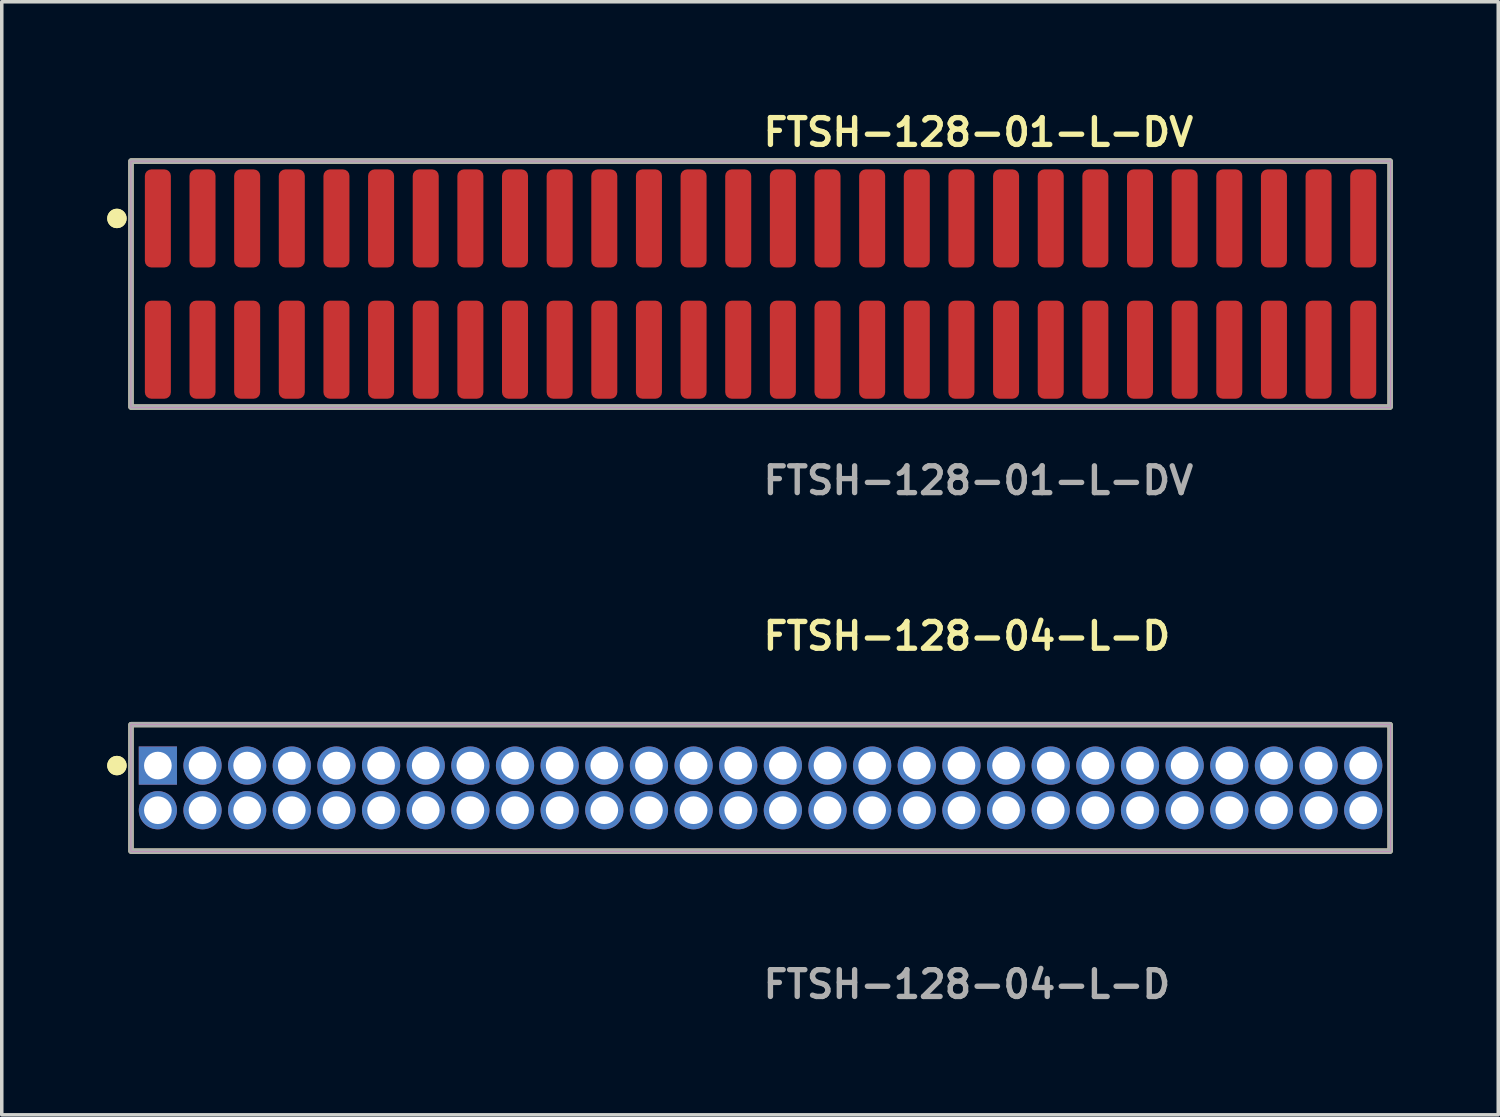
<source format=kicad_pcb>
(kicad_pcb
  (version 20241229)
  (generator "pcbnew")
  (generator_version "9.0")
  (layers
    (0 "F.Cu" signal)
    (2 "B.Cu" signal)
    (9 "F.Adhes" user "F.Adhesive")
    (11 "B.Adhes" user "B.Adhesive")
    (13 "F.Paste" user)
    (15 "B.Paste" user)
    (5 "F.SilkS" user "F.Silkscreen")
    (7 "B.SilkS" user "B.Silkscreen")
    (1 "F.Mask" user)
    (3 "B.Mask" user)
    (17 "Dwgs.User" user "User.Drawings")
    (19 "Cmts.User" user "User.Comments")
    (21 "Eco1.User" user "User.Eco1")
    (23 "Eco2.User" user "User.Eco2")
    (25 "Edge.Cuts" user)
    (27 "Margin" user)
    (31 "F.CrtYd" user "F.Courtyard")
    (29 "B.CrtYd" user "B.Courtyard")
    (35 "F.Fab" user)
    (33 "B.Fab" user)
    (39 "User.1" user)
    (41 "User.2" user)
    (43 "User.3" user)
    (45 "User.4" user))
  (footprint "FTSH-128-04-L-D"
    (layer "F.Cu")
    (at 18.586 19.364)
    (property "Reference" "FTSH-128-04-L-D" (at 0 -4.318 0) (unlocked yes) (layer "F.SilkS") (effects (font (size 0.762 0.762) (thickness 0.152)) (justify left)))
    (fp_rect (start -17.91 1.8) (end 17.91 -1.8) (stroke (width 0.152) (type solid)) (fill no) (layer "F.SilkS"))
    (fp_circle (center -18.31 -0.635) (end -18.51 -0.635) (stroke (width 0.152) (type solid)) (fill yes) (layer "F.SilkS"))
    (fp_circle (center -18.31 -0.635) (end -18.51 -0.635) (stroke (width 0.152) (type solid)) (fill yes) (layer "F.SilkS"))
    (fp_rect (start -17.91 1.8) (end 17.91 -1.8) (stroke (width 0.006) (type solid)) (fill no) (layer "F.CrtYd"))
    (fp_rect (start -17.91 1.8) (end 17.91 -1.8) (stroke (width 0.152) (type solid)) (fill no) (layer "F.Fab"))
    (fp_text user "${REFERENCE}" (at 0 5.588 0) (unlocked yes) (layer "F.Fab") (effects (font (size 0.762 0.762) (thickness 0.152)) (justify left)))
    (pad "1" thru_hole rect (at -17.145 -0.635) (size 1.087 1.087) (drill 0.787) (layers "*.Cu" "*.Mask"))
    (pad "2" thru_hole circle (at -17.145 0.635) (size 1.087 1.087) (drill 0.787) (layers "*.Cu" "*.Mask"))
    (pad "3" thru_hole circle (at -15.875 -0.635) (size 1.087 1.087) (drill 0.787) (layers "*.Cu" "*.Mask"))
    (pad "4" thru_hole circle (at -15.875 0.635) (size 1.087 1.087) (drill 0.787) (layers "*.Cu" "*.Mask"))
    (pad "5" thru_hole circle (at -14.605 -0.635) (size 1.087 1.087) (drill 0.787) (layers "*.Cu" "*.Mask"))
    (pad "6" thru_hole circle (at -14.605 0.635) (size 1.087 1.087) (drill 0.787) (layers "*.Cu" "*.Mask"))
    (pad "7" thru_hole circle (at -13.335 -0.635) (size 1.087 1.087) (drill 0.787) (layers "*.Cu" "*.Mask"))
    (pad "8" thru_hole circle (at -13.335 0.635) (size 1.087 1.087) (drill 0.787) (layers "*.Cu" "*.Mask"))
    (pad "9" thru_hole circle (at -12.065 -0.635) (size 1.087 1.087) (drill 0.787) (layers "*.Cu" "*.Mask"))
    (pad "10" thru_hole circle (at -12.065 0.635) (size 1.087 1.087) (drill 0.787) (layers "*.Cu" "*.Mask"))
    (pad "11" thru_hole circle (at -10.795 -0.635) (size 1.087 1.087) (drill 0.787) (layers "*.Cu" "*.Mask"))
    (pad "12" thru_hole circle (at -10.795 0.635) (size 1.087 1.087) (drill 0.787) (layers "*.Cu" "*.Mask"))
    (pad "13" thru_hole circle (at -9.525 -0.635) (size 1.087 1.087) (drill 0.787) (layers "*.Cu" "*.Mask"))
    (pad "14" thru_hole circle (at -9.525 0.635) (size 1.087 1.087) (drill 0.787) (layers "*.Cu" "*.Mask"))
    (pad "15" thru_hole circle (at -8.255 -0.635) (size 1.087 1.087) (drill 0.787) (layers "*.Cu" "*.Mask"))
    (pad "16" thru_hole circle (at -8.255 0.635) (size 1.087 1.087) (drill 0.787) (layers "*.Cu" "*.Mask"))
    (pad "17" thru_hole circle (at -6.985 -0.635) (size 1.087 1.087) (drill 0.787) (layers "*.Cu" "*.Mask"))
    (pad "18" thru_hole circle (at -6.985 0.635) (size 1.087 1.087) (drill 0.787) (layers "*.Cu" "*.Mask"))
    (pad "19" thru_hole circle (at -5.715 -0.635) (size 1.087 1.087) (drill 0.787) (layers "*.Cu" "*.Mask"))
    (pad "20" thru_hole circle (at -5.715 0.635) (size 1.087 1.087) (drill 0.787) (layers "*.Cu" "*.Mask"))
    (pad "21" thru_hole circle (at -4.445 -0.635) (size 1.087 1.087) (drill 0.787) (layers "*.Cu" "*.Mask"))
    (pad "22" thru_hole circle (at -4.445 0.635) (size 1.087 1.087) (drill 0.787) (layers "*.Cu" "*.Mask"))
    (pad "23" thru_hole circle (at -3.175 -0.635) (size 1.087 1.087) (drill 0.787) (layers "*.Cu" "*.Mask"))
    (pad "24" thru_hole circle (at -3.175 0.635) (size 1.087 1.087) (drill 0.787) (layers "*.Cu" "*.Mask"))
    (pad "25" thru_hole circle (at -1.905 -0.635) (size 1.087 1.087) (drill 0.787) (layers "*.Cu" "*.Mask"))
    (pad "26" thru_hole circle (at -1.905 0.635) (size 1.087 1.087) (drill 0.787) (layers "*.Cu" "*.Mask"))
    (pad "27" thru_hole circle (at -0.635 -0.635) (size 1.087 1.087) (drill 0.787) (layers "*.Cu" "*.Mask"))
    (pad "28" thru_hole circle (at -0.635 0.635) (size 1.087 1.087) (drill 0.787) (layers "*.Cu" "*.Mask"))
    (pad "29" thru_hole circle (at 0.635 -0.635) (size 1.087 1.087) (drill 0.787) (layers "*.Cu" "*.Mask"))
    (pad "30" thru_hole circle (at 0.635 0.635) (size 1.087 1.087) (drill 0.787) (layers "*.Cu" "*.Mask"))
    (pad "31" thru_hole circle (at 1.905 -0.635) (size 1.087 1.087) (drill 0.787) (layers "*.Cu" "*.Mask"))
    (pad "32" thru_hole circle (at 1.905 0.635) (size 1.087 1.087) (drill 0.787) (layers "*.Cu" "*.Mask"))
    (pad "33" thru_hole circle (at 3.175 -0.635) (size 1.087 1.087) (drill 0.787) (layers "*.Cu" "*.Mask"))
    (pad "34" thru_hole circle (at 3.175 0.635) (size 1.087 1.087) (drill 0.787) (layers "*.Cu" "*.Mask"))
    (pad "35" thru_hole circle (at 4.445 -0.635) (size 1.087 1.087) (drill 0.787) (layers "*.Cu" "*.Mask"))
    (pad "36" thru_hole circle (at 4.445 0.635) (size 1.087 1.087) (drill 0.787) (layers "*.Cu" "*.Mask"))
    (pad "37" thru_hole circle (at 5.715 -0.635) (size 1.087 1.087) (drill 0.787) (layers "*.Cu" "*.Mask"))
    (pad "38" thru_hole circle (at 5.715 0.635) (size 1.087 1.087) (drill 0.787) (layers "*.Cu" "*.Mask"))
    (pad "39" thru_hole circle (at 6.985 -0.635) (size 1.087 1.087) (drill 0.787) (layers "*.Cu" "*.Mask"))
    (pad "40" thru_hole circle (at 6.985 0.635) (size 1.087 1.087) (drill 0.787) (layers "*.Cu" "*.Mask"))
    (pad "41" thru_hole circle (at 8.255 -0.635) (size 1.087 1.087) (drill 0.787) (layers "*.Cu" "*.Mask"))
    (pad "42" thru_hole circle (at 8.255 0.635) (size 1.087 1.087) (drill 0.787) (layers "*.Cu" "*.Mask"))
    (pad "43" thru_hole circle (at 9.525 -0.635) (size 1.087 1.087) (drill 0.787) (layers "*.Cu" "*.Mask"))
    (pad "44" thru_hole circle (at 9.525 0.635) (size 1.087 1.087) (drill 0.787) (layers "*.Cu" "*.Mask"))
    (pad "45" thru_hole circle (at 10.795 -0.635) (size 1.087 1.087) (drill 0.787) (layers "*.Cu" "*.Mask"))
    (pad "46" thru_hole circle (at 10.795 0.635) (size 1.087 1.087) (drill 0.787) (layers "*.Cu" "*.Mask"))
    (pad "47" thru_hole circle (at 12.065 -0.635) (size 1.087 1.087) (drill 0.787) (layers "*.Cu" "*.Mask"))
    (pad "48" thru_hole circle (at 12.065 0.635) (size 1.087 1.087) (drill 0.787) (layers "*.Cu" "*.Mask"))
    (pad "49" thru_hole circle (at 13.335 -0.635) (size 1.087 1.087) (drill 0.787) (layers "*.Cu" "*.Mask"))
    (pad "50" thru_hole circle (at 13.335 0.635) (size 1.087 1.087) (drill 0.787) (layers "*.Cu" "*.Mask"))
    (pad "51" thru_hole circle (at 14.605 -0.635) (size 1.087 1.087) (drill 0.787) (layers "*.Cu" "*.Mask"))
    (pad "52" thru_hole circle (at 14.605 0.635) (size 1.087 1.087) (drill 0.787) (layers "*.Cu" "*.Mask"))
    (pad "53" thru_hole circle (at 15.875 -0.635) (size 1.087 1.087) (drill 0.787) (layers "*.Cu" "*.Mask"))
    (pad "54" thru_hole circle (at 15.875 0.635) (size 1.087 1.087) (drill 0.787) (layers "*.Cu" "*.Mask"))
    (pad "55" thru_hole circle (at 17.145 -0.635) (size 1.087 1.087) (drill 0.787) (layers "*.Cu" "*.Mask"))
    (pad "56" thru_hole circle (at 17.145 0.635) (size 1.087 1.087) (drill 0.787) (layers "*.Cu" "*.Mask")))
  (footprint "FTSH-128-01-L-DV"
    (layer "F.Cu")
    (at 18.586 5.031)
    (property "Reference" "FTSH-128-01-L-DV" (at 0 -4.318 0) (unlocked yes) (layer "F.SilkS") (effects (font (size 0.762 0.762) (thickness 0.152)) (justify left)))
    (fp_rect (start -17.91 3.5) (end 17.91 -3.5) (stroke (width 0.152) (type solid)) (fill no) (layer "F.SilkS"))
    (fp_circle (center -18.31 -1.867) (end -18.51 -1.867) (stroke (width 0.152) (type solid)) (fill yes) (layer "F.SilkS"))
    (fp_circle (center -18.31 -1.867) (end -18.51 -1.867) (stroke (width 0.152) (type solid)) (fill yes) (layer "F.SilkS"))
    (fp_rect (start -17.91 3.5) (end 17.91 -3.5) (stroke (width 0.006) (type solid)) (fill no) (layer "F.CrtYd"))
    (fp_rect (start -17.91 3.5) (end 17.91 -3.5) (stroke (width 0.152) (type solid)) (fill no) (layer "F.Fab"))
    (fp_text user "${REFERENCE}" (at 0 5.588 0) (unlocked yes) (layer "F.Fab") (effects (font (size 0.762 0.762) (thickness 0.152)) (justify left)))
    (pad "1" smd roundrect (at -17.145 -1.867) (size 0.74 2.79) (layers "F.Cu" "F.Paste") (roundrect_rratio 0.25))
    (pad "2" smd roundrect (at -17.145 1.867) (size 0.74 2.79) (layers "F.Cu" "F.Paste") (roundrect_rratio 0.25))
    (pad "3" smd roundrect (at -15.875 -1.867) (size 0.74 2.79) (layers "F.Cu" "F.Paste") (roundrect_rratio 0.25))
    (pad "4" smd roundrect (at -15.875 1.867) (size 0.74 2.79) (layers "F.Cu" "F.Paste") (roundrect_rratio 0.25))
    (pad "5" smd roundrect (at -14.605 -1.867) (size 0.74 2.79) (layers "F.Cu" "F.Paste") (roundrect_rratio 0.25))
    (pad "6" smd roundrect (at -14.605 1.867) (size 0.74 2.79) (layers "F.Cu" "F.Paste") (roundrect_rratio 0.25))
    (pad "7" smd roundrect (at -13.335 -1.867) (size 0.74 2.79) (layers "F.Cu" "F.Paste") (roundrect_rratio 0.25))
    (pad "8" smd roundrect (at -13.335 1.867) (size 0.74 2.79) (layers "F.Cu" "F.Paste") (roundrect_rratio 0.25))
    (pad "9" smd roundrect (at -12.065 -1.867) (size 0.74 2.79) (layers "F.Cu" "F.Paste") (roundrect_rratio 0.25))
    (pad "10" smd roundrect (at -12.065 1.867) (size 0.74 2.79) (layers "F.Cu" "F.Paste") (roundrect_rratio 0.25))
    (pad "11" smd roundrect (at -10.795 -1.867) (size 0.74 2.79) (layers "F.Cu" "F.Paste") (roundrect_rratio 0.25))
    (pad "12" smd roundrect (at -10.795 1.867) (size 0.74 2.79) (layers "F.Cu" "F.Paste") (roundrect_rratio 0.25))
    (pad "13" smd roundrect (at -9.525 -1.867) (size 0.74 2.79) (layers "F.Cu" "F.Paste") (roundrect_rratio 0.25))
    (pad "14" smd roundrect (at -9.525 1.867) (size 0.74 2.79) (layers "F.Cu" "F.Paste") (roundrect_rratio 0.25))
    (pad "15" smd roundrect (at -8.255 -1.867) (size 0.74 2.79) (layers "F.Cu" "F.Paste") (roundrect_rratio 0.25))
    (pad "16" smd roundrect (at -8.255 1.867) (size 0.74 2.79) (layers "F.Cu" "F.Paste") (roundrect_rratio 0.25))
    (pad "17" smd roundrect (at -6.985 -1.867) (size 0.74 2.79) (layers "F.Cu" "F.Paste") (roundrect_rratio 0.25))
    (pad "18" smd roundrect (at -6.985 1.867) (size 0.74 2.79) (layers "F.Cu" "F.Paste") (roundrect_rratio 0.25))
    (pad "19" smd roundrect (at -5.715 -1.867) (size 0.74 2.79) (layers "F.Cu" "F.Paste") (roundrect_rratio 0.25))
    (pad "20" smd roundrect (at -5.715 1.867) (size 0.74 2.79) (layers "F.Cu" "F.Paste") (roundrect_rratio 0.25))
    (pad "21" smd roundrect (at -4.445 -1.867) (size 0.74 2.79) (layers "F.Cu" "F.Paste") (roundrect_rratio 0.25))
    (pad "22" smd roundrect (at -4.445 1.867) (size 0.74 2.79) (layers "F.Cu" "F.Paste") (roundrect_rratio 0.25))
    (pad "23" smd roundrect (at -3.175 -1.867) (size 0.74 2.79) (layers "F.Cu" "F.Paste") (roundrect_rratio 0.25))
    (pad "24" smd roundrect (at -3.175 1.867) (size 0.74 2.79) (layers "F.Cu" "F.Paste") (roundrect_rratio 0.25))
    (pad "25" smd roundrect (at -1.905 -1.867) (size 0.74 2.79) (layers "F.Cu" "F.Paste") (roundrect_rratio 0.25))
    (pad "26" smd roundrect (at -1.905 1.867) (size 0.74 2.79) (layers "F.Cu" "F.Paste") (roundrect_rratio 0.25))
    (pad "27" smd roundrect (at -0.635 -1.867) (size 0.74 2.79) (layers "F.Cu" "F.Paste") (roundrect_rratio 0.25))
    (pad "28" smd roundrect (at -0.635 1.867) (size 0.74 2.79) (layers "F.Cu" "F.Paste") (roundrect_rratio 0.25))
    (pad "29" smd roundrect (at 0.635 -1.867) (size 0.74 2.79) (layers "F.Cu" "F.Paste") (roundrect_rratio 0.25))
    (pad "30" smd roundrect (at 0.635 1.867) (size 0.74 2.79) (layers "F.Cu" "F.Paste") (roundrect_rratio 0.25))
    (pad "31" smd roundrect (at 1.905 -1.867) (size 0.74 2.79) (layers "F.Cu" "F.Paste") (roundrect_rratio 0.25))
    (pad "32" smd roundrect (at 1.905 1.867) (size 0.74 2.79) (layers "F.Cu" "F.Paste") (roundrect_rratio 0.25))
    (pad "33" smd roundrect (at 3.175 -1.867) (size 0.74 2.79) (layers "F.Cu" "F.Paste") (roundrect_rratio 0.25))
    (pad "34" smd roundrect (at 3.175 1.867) (size 0.74 2.79) (layers "F.Cu" "F.Paste") (roundrect_rratio 0.25))
    (pad "35" smd roundrect (at 4.445 -1.867) (size 0.74 2.79) (layers "F.Cu" "F.Paste") (roundrect_rratio 0.25))
    (pad "36" smd roundrect (at 4.445 1.867) (size 0.74 2.79) (layers "F.Cu" "F.Paste") (roundrect_rratio 0.25))
    (pad "37" smd roundrect (at 5.715 -1.867) (size 0.74 2.79) (layers "F.Cu" "F.Paste") (roundrect_rratio 0.25))
    (pad "38" smd roundrect (at 5.715 1.867) (size 0.74 2.79) (layers "F.Cu" "F.Paste") (roundrect_rratio 0.25))
    (pad "39" smd roundrect (at 6.985 -1.867) (size 0.74 2.79) (layers "F.Cu" "F.Paste") (roundrect_rratio 0.25))
    (pad "40" smd roundrect (at 6.985 1.867) (size 0.74 2.79) (layers "F.Cu" "F.Paste") (roundrect_rratio 0.25))
    (pad "41" smd roundrect (at 8.255 -1.867) (size 0.74 2.79) (layers "F.Cu" "F.Paste") (roundrect_rratio 0.25))
    (pad "42" smd roundrect (at 8.255 1.867) (size 0.74 2.79) (layers "F.Cu" "F.Paste") (roundrect_rratio 0.25))
    (pad "43" smd roundrect (at 9.525 -1.867) (size 0.74 2.79) (layers "F.Cu" "F.Paste") (roundrect_rratio 0.25))
    (pad "44" smd roundrect (at 9.525 1.867) (size 0.74 2.79) (layers "F.Cu" "F.Paste") (roundrect_rratio 0.25))
    (pad "45" smd roundrect (at 10.795 -1.867) (size 0.74 2.79) (layers "F.Cu" "F.Paste") (roundrect_rratio 0.25))
    (pad "46" smd roundrect (at 10.795 1.867) (size 0.74 2.79) (layers "F.Cu" "F.Paste") (roundrect_rratio 0.25))
    (pad "47" smd roundrect (at 12.065 -1.867) (size 0.74 2.79) (layers "F.Cu" "F.Paste") (roundrect_rratio 0.25))
    (pad "48" smd roundrect (at 12.065 1.867) (size 0.74 2.79) (layers "F.Cu" "F.Paste") (roundrect_rratio 0.25))
    (pad "49" smd roundrect (at 13.335 -1.867) (size 0.74 2.79) (layers "F.Cu" "F.Paste") (roundrect_rratio 0.25))
    (pad "50" smd roundrect (at 13.335 1.867) (size 0.74 2.79) (layers "F.Cu" "F.Paste") (roundrect_rratio 0.25))
    (pad "51" smd roundrect (at 14.605 -1.867) (size 0.74 2.79) (layers "F.Cu" "F.Paste") (roundrect_rratio 0.25))
    (pad "52" smd roundrect (at 14.605 1.867) (size 0.74 2.79) (layers "F.Cu" "F.Paste") (roundrect_rratio 0.25))
    (pad "53" smd roundrect (at 15.875 -1.867) (size 0.74 2.79) (layers "F.Cu" "F.Paste") (roundrect_rratio 0.25))
    (pad "54" smd roundrect (at 15.875 1.867) (size 0.74 2.79) (layers "F.Cu" "F.Paste") (roundrect_rratio 0.25))
    (pad "55" smd roundrect (at 17.145 -1.867) (size 0.74 2.79) (layers "F.Cu" "F.Paste") (roundrect_rratio 0.25))
    (pad "56" smd roundrect (at 17.145 1.867) (size 0.74 2.79) (layers "F.Cu" "F.Paste") (roundrect_rratio 0.25)))
  (gr_rect
    (start -3 -3)
    (end 39.572 28.665)
    (stroke (width 0.1) (type default))
    (fill no)
    (layer "Edge.Cuts")))
</source>
